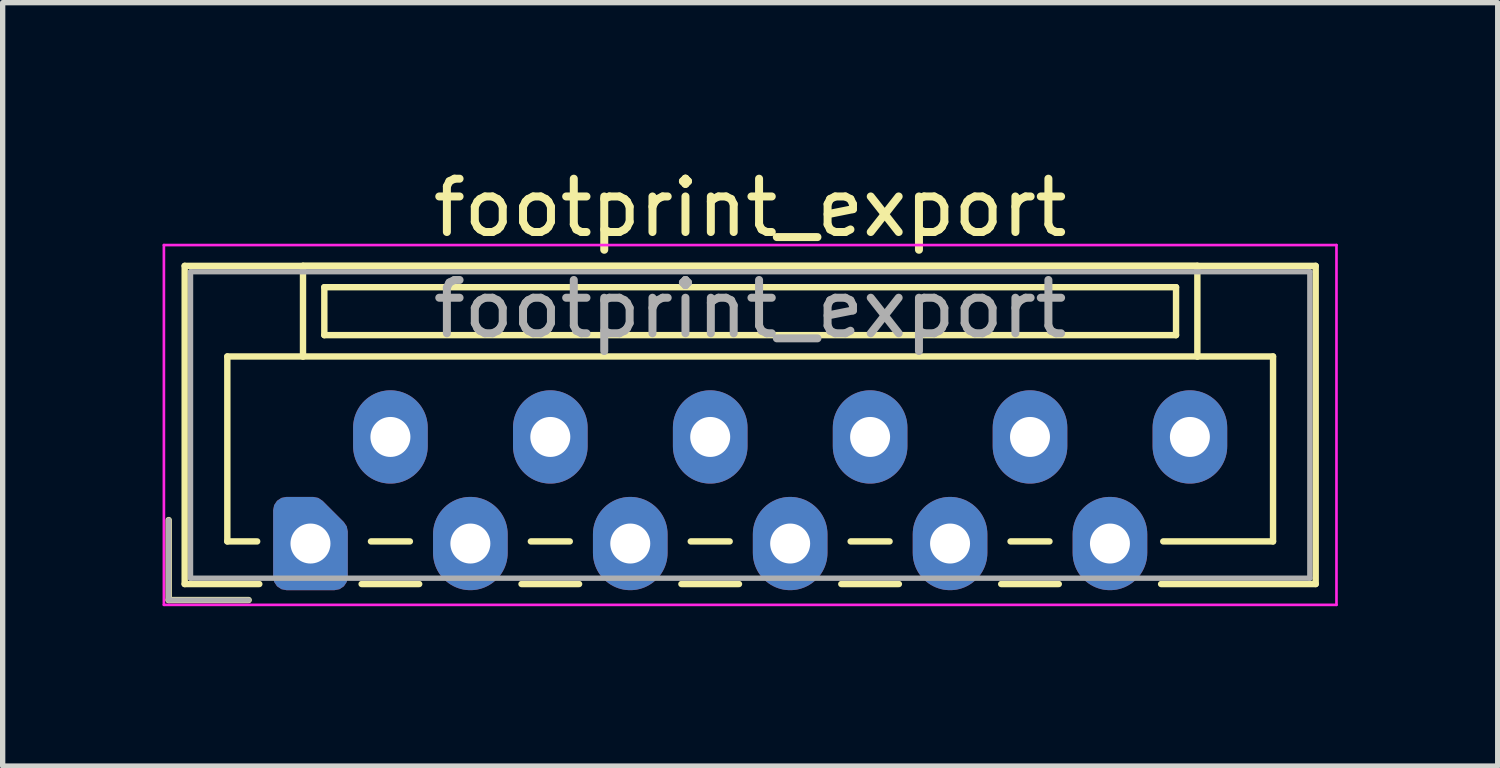
<source format=kicad_pcb>
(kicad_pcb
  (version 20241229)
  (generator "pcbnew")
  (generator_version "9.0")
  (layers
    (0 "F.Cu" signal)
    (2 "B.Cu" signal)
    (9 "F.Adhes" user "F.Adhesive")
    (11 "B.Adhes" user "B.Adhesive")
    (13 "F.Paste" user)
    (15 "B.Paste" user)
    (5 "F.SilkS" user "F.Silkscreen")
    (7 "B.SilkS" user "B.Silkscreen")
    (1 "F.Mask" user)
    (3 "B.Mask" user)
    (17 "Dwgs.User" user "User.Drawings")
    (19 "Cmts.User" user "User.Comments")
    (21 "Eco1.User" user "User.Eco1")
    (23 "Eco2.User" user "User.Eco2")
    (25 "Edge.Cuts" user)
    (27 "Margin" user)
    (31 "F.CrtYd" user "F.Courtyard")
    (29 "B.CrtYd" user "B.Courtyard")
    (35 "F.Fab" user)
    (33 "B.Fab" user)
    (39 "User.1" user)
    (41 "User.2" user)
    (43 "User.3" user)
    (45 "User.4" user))
  (footprint "footprint_export"
    (layer "F.Cu")
    (at 2.775 7.148)
    (property "Reference" "footprint_export" (at 8.25 -6.3 0) (layer "F.SilkS") (effects (font (size 1 1) (thickness 0.15))))
    (attr through_hole)
    (fp_line (start -2.66 -0.44) (end -2.66 1.06) (stroke (width 0.12) (type solid)) (layer "F.SilkS"))
    (fp_line (start -2.66 1.06) (end -1.16 1.06) (stroke (width 0.12) (type solid)) (layer "F.SilkS"))
    (fp_line (start -2.36 -5.21) (end 18.86 -5.21) (stroke (width 0.12) (type solid)) (layer "F.SilkS"))
    (fp_line (start -2.36 0.76) (end -2.36 -5.21) (stroke (width 0.12) (type solid)) (layer "F.SilkS"))
    (fp_line (start -1.56 -3.51) (end -1.56 -0.04) (stroke (width 0.12) (type solid)) (layer "F.SilkS"))
    (fp_line (start -1.56 -0.04) (end -1 -0.04) (stroke (width 0.12) (type solid)) (layer "F.SilkS"))
    (fp_line (start -0.96 0.76) (end -2.36 0.76) (stroke (width 0.12) (type solid)) (layer "F.SilkS"))
    (fp_line (start -0.14 -5.21) (end -0.14 -3.51) (stroke (width 0.12) (type solid)) (layer "F.SilkS"))
    (fp_line (start -0.14 -3.51) (end -1.56 -3.51) (stroke (width 0.12) (type solid)) (layer "F.SilkS"))
    (fp_line (start -0.14 -3.51) (end 16.64 -3.51) (stroke (width 0.12) (type solid)) (layer "F.SilkS"))
    (fp_line (start 0.26 -4.81) (end 0.26 -3.91) (stroke (width 0.12) (type solid)) (layer "F.SilkS"))
    (fp_line (start 0.26 -3.91) (end 16.24 -3.91) (stroke (width 0.12) (type solid)) (layer "F.SilkS"))
    (fp_line (start 0.96 0.76) (end 2.04 0.76) (stroke (width 0.12) (type solid)) (layer "F.SilkS"))
    (fp_line (start 1.135 -0.04) (end 1.865 -0.04) (stroke (width 0.12) (type solid)) (layer "F.SilkS"))
    (fp_line (start 3.96 0.76) (end 5.04 0.76) (stroke (width 0.12) (type solid)) (layer "F.SilkS"))
    (fp_line (start 4.135 -0.04) (end 4.865 -0.04) (stroke (width 0.12) (type solid)) (layer "F.SilkS"))
    (fp_line (start 6.96 0.76) (end 8.04 0.76) (stroke (width 0.12) (type solid)) (layer "F.SilkS"))
    (fp_line (start 7.135 -0.04) (end 7.865 -0.04) (stroke (width 0.12) (type solid)) (layer "F.SilkS"))
    (fp_line (start 9.96 0.76) (end 11.04 0.76) (stroke (width 0.12) (type solid)) (layer "F.SilkS"))
    (fp_line (start 10.135 -0.04) (end 10.865 -0.04) (stroke (width 0.12) (type solid)) (layer "F.SilkS"))
    (fp_line (start 12.96 0.76) (end 14.04 0.76) (stroke (width 0.12) (type solid)) (layer "F.SilkS"))
    (fp_line (start 13.135 -0.04) (end 13.865 -0.04) (stroke (width 0.12) (type solid)) (layer "F.SilkS"))
    (fp_line (start 16.24 -4.81) (end 0.26 -4.81) (stroke (width 0.12) (type solid)) (layer "F.SilkS"))
    (fp_line (start 16.24 -3.91) (end 16.24 -4.81) (stroke (width 0.12) (type solid)) (layer "F.SilkS"))
    (fp_line (start 16.64 -5.21) (end -0.14 -5.21) (stroke (width 0.12) (type solid)) (layer "F.SilkS"))
    (fp_line (start 16.64 -3.51) (end 16.64 -5.21) (stroke (width 0.12) (type solid)) (layer "F.SilkS"))
    (fp_line (start 16.64 -3.51) (end 18.06 -3.51) (stroke (width 0.12) (type solid)) (layer "F.SilkS"))
    (fp_line (start 18.06 -3.51) (end 18.06 -0.04) (stroke (width 0.12) (type solid)) (layer "F.SilkS"))
    (fp_line (start 18.06 -0.04) (end 16 -0.04) (stroke (width 0.12) (type solid)) (layer "F.SilkS"))
    (fp_line (start 18.86 -5.21) (end 18.86 0.76) (stroke (width 0.12) (type solid)) (layer "F.SilkS"))
    (fp_line (start 18.86 0.76) (end 15.96 0.76) (stroke (width 0.12) (type solid)) (layer "F.SilkS"))
    (fp_line (start -2.75 -5.6) (end -2.75 1.15) (stroke (width 0.05) (type solid)) (layer "F.CrtYd"))
    (fp_line (start -2.75 1.15) (end 19.25 1.15) (stroke (width 0.05) (type solid)) (layer "F.CrtYd"))
    (fp_line (start 19.25 -5.6) (end -2.75 -5.6) (stroke (width 0.05) (type solid)) (layer "F.CrtYd"))
    (fp_line (start 19.25 1.15) (end 19.25 -5.6) (stroke (width 0.05) (type solid)) (layer "F.CrtYd"))
    (fp_line (start -2.66 -0.44) (end -2.66 1.06) (stroke (width 0.1) (type solid)) (layer "F.Fab"))
    (fp_line (start -2.66 1.06) (end -1.16 1.06) (stroke (width 0.1) (type solid)) (layer "F.Fab"))
    (fp_line (start -2.25 -5.1) (end -2.25 0.65) (stroke (width 0.1) (type solid)) (layer "F.Fab"))
    (fp_line (start -2.25 0.65) (end 18.75 0.65) (stroke (width 0.1) (type solid)) (layer "F.Fab"))
    (fp_line (start 18.75 -5.1) (end -2.25 -5.1) (stroke (width 0.1) (type solid)) (layer "F.Fab"))
    (fp_line (start 18.75 0.65) (end 18.75 -5.1) (stroke (width 0.1) (type solid)) (layer "F.Fab"))
    (fp_text user "${REFERENCE}" (at 8.25 -4.4 0) (layer "F.Fab") (effects (font (size 1 1) (thickness 0.15))))
    (pad "1" thru_hole custom (at 0 0) (size 1.117 1.117) (drill 0.75) (layers "*.Cu" "*.Mask") (options (anchor circle)) (primitives (gr_poly (pts (xy 0.45 -0.225) (xy 0.45 0.625) (xy -0.45 0.625) (xy -0.45 -0.625) (xy 0.05 -0.625)) (width 0.5) (fill yes))))
    (pad "2" thru_hole oval (at 1.5 -2) (size 1.4 1.75) (drill 0.75) (layers "*.Cu" "*.Mask"))
    (pad "3" thru_hole oval (at 3 0) (size 1.4 1.75) (drill 0.75) (layers "*.Cu" "*.Mask"))
    (pad "4" thru_hole oval (at 4.5 -2) (size 1.4 1.75) (drill 0.75) (layers "*.Cu" "*.Mask"))
    (pad "5" thru_hole oval (at 6 0) (size 1.4 1.75) (drill 0.75) (layers "*.Cu" "*.Mask"))
    (pad "6" thru_hole oval (at 7.5 -2) (size 1.4 1.75) (drill 0.75) (layers "*.Cu" "*.Mask"))
    (pad "7" thru_hole oval (at 9 0) (size 1.4 1.75) (drill 0.75) (layers "*.Cu" "*.Mask"))
    (pad "8" thru_hole oval (at 10.5 -2) (size 1.4 1.75) (drill 0.75) (layers "*.Cu" "*.Mask"))
    (pad "9" thru_hole oval (at 12 0) (size 1.4 1.75) (drill 0.75) (layers "*.Cu" "*.Mask"))
    (pad "10" thru_hole oval (at 13.5 -2) (size 1.4 1.75) (drill 0.75) (layers "*.Cu" "*.Mask"))
    (pad "11" thru_hole oval (at 15 0) (size 1.4 1.75) (drill 0.75) (layers "*.Cu" "*.Mask"))
    (pad "12" thru_hole oval (at 16.5 -2) (size 1.4 1.75) (drill 0.75) (layers "*.Cu" "*.Mask")))
  (gr_rect
    (start -3 -3)
    (end 25.05 11.323)
    (stroke (width 0.1) (type default))
    (fill no)
    (layer "Edge.Cuts")))
</source>
